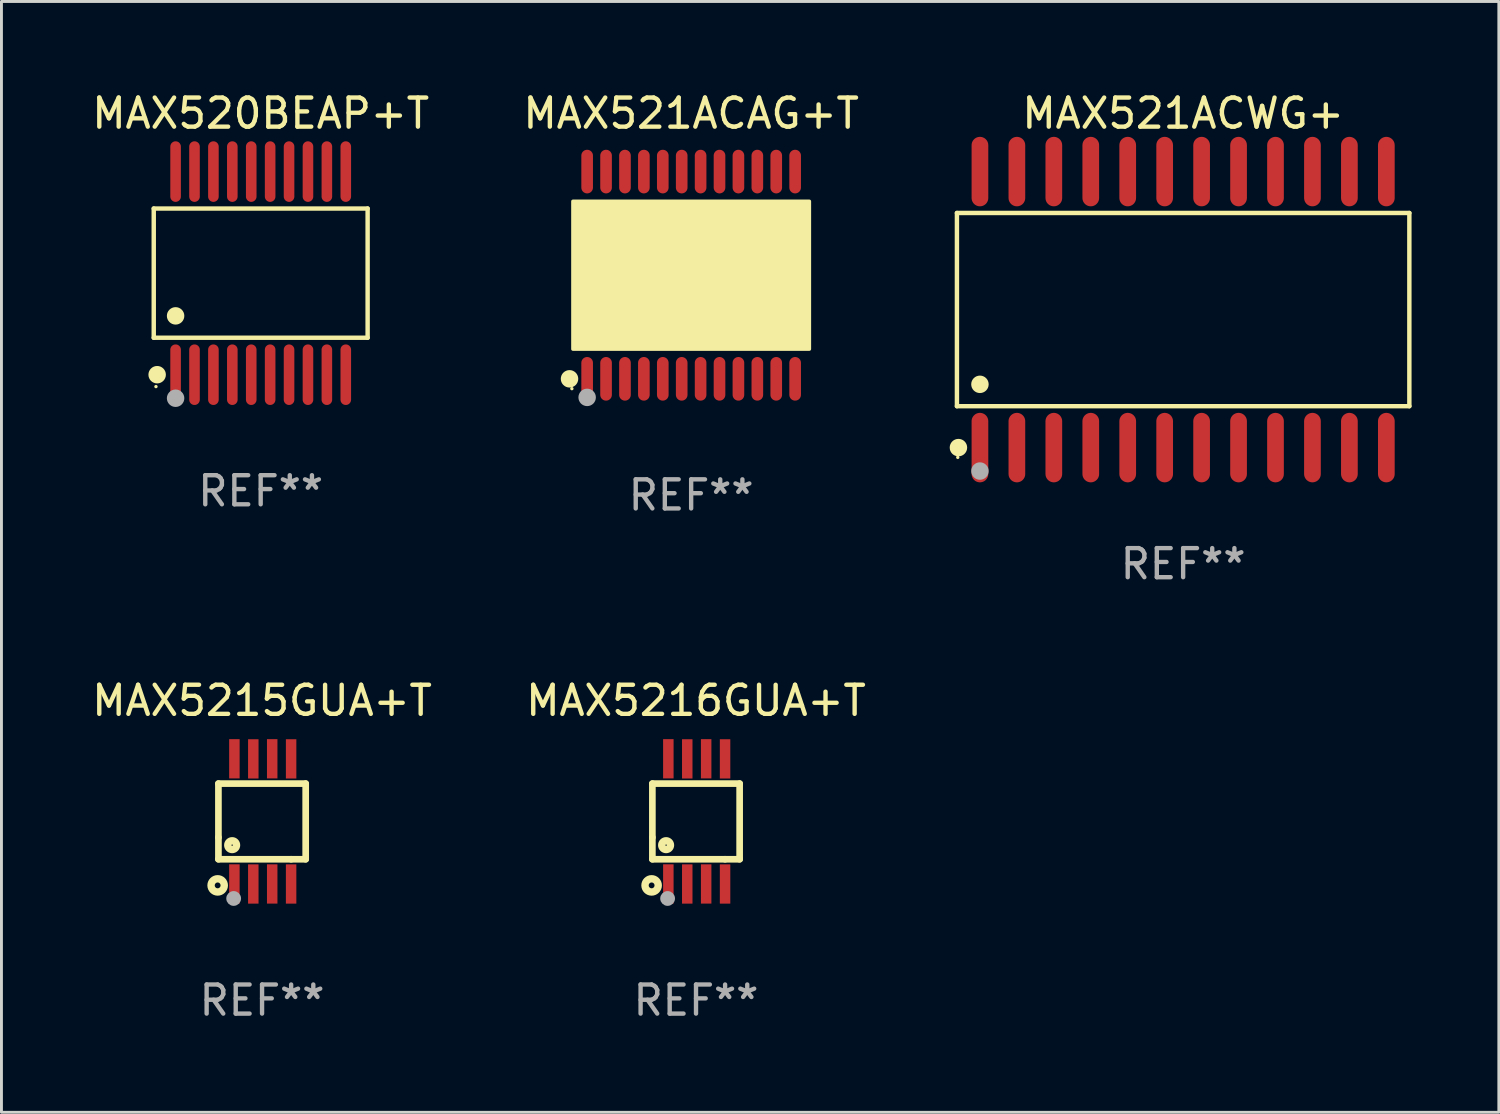
<source format=kicad_pcb>
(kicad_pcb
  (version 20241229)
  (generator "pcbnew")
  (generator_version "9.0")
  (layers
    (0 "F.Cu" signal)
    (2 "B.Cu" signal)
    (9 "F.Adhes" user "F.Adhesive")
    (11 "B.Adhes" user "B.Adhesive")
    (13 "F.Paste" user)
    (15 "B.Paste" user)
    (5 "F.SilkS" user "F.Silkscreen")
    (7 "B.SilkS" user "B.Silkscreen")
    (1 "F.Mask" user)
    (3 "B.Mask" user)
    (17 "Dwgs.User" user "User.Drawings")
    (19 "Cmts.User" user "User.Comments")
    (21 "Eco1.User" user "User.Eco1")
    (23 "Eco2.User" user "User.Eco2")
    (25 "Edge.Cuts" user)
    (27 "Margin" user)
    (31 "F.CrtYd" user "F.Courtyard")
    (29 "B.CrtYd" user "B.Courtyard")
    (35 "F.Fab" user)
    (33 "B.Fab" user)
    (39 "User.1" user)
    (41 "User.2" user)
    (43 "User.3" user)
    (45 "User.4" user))
  (footprint "MAX5215GUA+T"
    (layer "F.Cu")
    (at 5.958 25.185)
    (property "Reference" "MAX5215GUA+T" (at 0 -4.152 0) (layer "F.SilkS") (effects (font (size 1 1) (thickness 0.15))))
    (attr through_hole)
    (fp_line (start -1.5 1.301) (end 1 1.301) (stroke (width 0.229) (type solid)) (layer "F.SilkS"))
    (fp_line (start -1.5 -1.299) (end -1.5 0.551) (stroke (width 0.229) (type solid)) (layer "F.SilkS"))
    (fp_line (start -1.5 0.551) (end -1.5 1.301) (stroke (width 0.229) (type solid)) (layer "F.SilkS"))
    (fp_line (start 1 1.301) (end 1.5 1.301) (stroke (width 0.229) (type solid)) (layer "F.SilkS"))
    (fp_line (start 1.5 1.301) (end 1.5 -1.299) (stroke (width 0.229) (type solid)) (layer "F.SilkS"))
    (fp_line (start 1.5 -1.299) (end -1.5 -1.299) (stroke (width 0.229) (type solid)) (layer "F.SilkS"))
    (fp_circle (center -1.526 2.2) (end -1.426 2.2) (stroke (width 0.254) (type solid)) (fill no) (layer "F.SilkS"))
    (fp_circle (center -1.476 2.45) (end -1.446 2.45) (stroke (width 0.06) (type solid)) (fill no) (layer "F.SilkS"))
    (fp_circle (center -1.028 0.817) (end -0.878 0.817) (stroke (width 0.254) (type solid)) (fill no) (layer "F.SilkS"))
    (fp_circle (center -0.976 2.65) (end -0.849 2.65) (stroke (width 0.254) (type solid)) (fill no) (layer "F.Fab"))
    (fp_text user "REF**" (at 0 6.152 0) (layer "F.Fab") (effects (font (size 1 1) (thickness 0.15))))
    (pad "1" smd rect (at -0.951 2.15) (size 0.36 1.35) (layers "F.Cu" "F.Mask" "F.Paste"))
    (pad "2" smd rect (at -0.301 2.152) (size 0.36 1.35) (layers "F.Cu" "F.Mask" "F.Paste"))
    (pad "3" smd rect (at 0.349 2.151) (size 0.36 1.35) (layers "F.Cu" "F.Mask" "F.Paste"))
    (pad "4" smd rect (at 0.999 2.152) (size 0.36 1.35) (layers "F.Cu" "F.Mask" "F.Paste"))
    (pad "5" smd rect (at 0.999 -2.149) (size 0.36 1.35) (layers "F.Cu" "F.Mask" "F.Paste"))
    (pad "6" smd rect (at 0.349 -2.152) (size 0.36 1.35) (layers "F.Cu" "F.Mask" "F.Paste"))
    (pad "7" smd rect (at -0.301 -2.149) (size 0.36 1.35) (layers "F.Cu" "F.Mask" "F.Paste"))
    (pad "8" smd rect (at -0.951 -2.152) (size 0.36 1.35) (layers "F.Cu" "F.Mask" "F.Paste")))
  (footprint "MAX521ACWG+"
    (layer "F.Cu")
    (at 37.62 7.592)
    (property "Reference" "MAX521ACWG+" (at 0 -6.744 0) (layer "F.SilkS") (effects (font (size 1 1) (thickness 0.15))))
    (attr through_hole)
    (fp_line (start -7.776 -3.321) (end 7.776 -3.321) (stroke (width 0.152) (type solid)) (layer "F.SilkS"))
    (fp_line (start -7.776 3.321) (end -7.776 -3.321) (stroke (width 0.152) (type solid)) (layer "F.SilkS"))
    (fp_line (start 7.776 -3.321) (end 7.776 3.321) (stroke (width 0.152) (type solid)) (layer "F.SilkS"))
    (fp_line (start 7.776 3.321) (end -7.776 3.321) (stroke (width 0.152) (type solid)) (layer "F.SilkS"))
    (fp_circle (center -7.747 5.08) (end -7.717 5.08) (stroke (width 0.06) (type solid)) (fill no) (layer "F.SilkS"))
    (fp_circle (center -7.724 4.744) (end -7.574 4.744) (stroke (width 0.3) (type solid)) (fill no) (layer "F.SilkS"))
    (fp_circle (center -6.985 2.569) (end -6.835 2.569) (stroke (width 0.3) (type solid)) (fill no) (layer "F.SilkS"))
    (fp_circle (center -6.985 5.55) (end -6.835 5.55) (stroke (width 0.3) (type solid)) (fill no) (layer "F.Fab"))
    (fp_text user "REF**" (at 0 8.744 0) (layer "F.Fab") (effects (font (size 1 1) (thickness 0.15))))
    (pad "1" smd oval (at -6.985 4.744) (size 0.574 2.388) (layers "F.Cu" "F.Mask" "F.Paste"))
    (pad "2" smd oval (at -5.715 4.744) (size 0.574 2.388) (layers "F.Cu" "F.Mask" "F.Paste"))
    (pad "3" smd oval (at -4.445 4.744) (size 0.574 2.388) (layers "F.Cu" "F.Mask" "F.Paste"))
    (pad "4" smd oval (at -3.175 4.744) (size 0.574 2.388) (layers "F.Cu" "F.Mask" "F.Paste"))
    (pad "5" smd oval (at -1.905 4.744) (size 0.574 2.388) (layers "F.Cu" "F.Mask" "F.Paste"))
    (pad "6" smd oval (at -0.635 4.744) (size 0.574 2.388) (layers "F.Cu" "F.Mask" "F.Paste"))
    (pad "7" smd oval (at 0.635 4.744) (size 0.574 2.388) (layers "F.Cu" "F.Mask" "F.Paste"))
    (pad "8" smd oval (at 1.905 4.744) (size 0.574 2.388) (layers "F.Cu" "F.Mask" "F.Paste"))
    (pad "9" smd oval (at 3.175 4.744) (size 0.574 2.388) (layers "F.Cu" "F.Mask" "F.Paste"))
    (pad "10" smd oval (at 4.445 4.744) (size 0.574 2.388) (layers "F.Cu" "F.Mask" "F.Paste"))
    (pad "11" smd oval (at 5.715 4.744) (size 0.574 2.388) (layers "F.Cu" "F.Mask" "F.Paste"))
    (pad "12" smd oval (at 6.985 4.744) (size 0.574 2.388) (layers "F.Cu" "F.Mask" "F.Paste"))
    (pad "13" smd oval (at 6.985 -4.744) (size 0.574 2.388) (layers "F.Cu" "F.Mask" "F.Paste"))
    (pad "14" smd oval (at 5.715 -4.744) (size 0.574 2.388) (layers "F.Cu" "F.Mask" "F.Paste"))
    (pad "15" smd oval (at 4.445 -4.744) (size 0.574 2.388) (layers "F.Cu" "F.Mask" "F.Paste"))
    (pad "16" smd oval (at 3.175 -4.744) (size 0.574 2.388) (layers "F.Cu" "F.Mask" "F.Paste"))
    (pad "17" smd oval (at 1.905 -4.744) (size 0.574 2.388) (layers "F.Cu" "F.Mask" "F.Paste"))
    (pad "18" smd oval (at 0.635 -4.744) (size 0.574 2.388) (layers "F.Cu" "F.Mask" "F.Paste"))
    (pad "19" smd oval (at -0.635 -4.744) (size 0.574 2.388) (layers "F.Cu" "F.Mask" "F.Paste"))
    (pad "20" smd oval (at -1.905 -4.744) (size 0.574 2.388) (layers "F.Cu" "F.Mask" "F.Paste"))
    (pad "21" smd oval (at -3.175 -4.744) (size 0.574 2.388) (layers "F.Cu" "F.Mask" "F.Paste"))
    (pad "22" smd oval (at -4.445 -4.744) (size 0.574 2.388) (layers "F.Cu" "F.Mask" "F.Paste"))
    (pad "23" smd oval (at -5.715 -4.744) (size 0.574 2.388) (layers "F.Cu" "F.Mask" "F.Paste"))
    (pad "24" smd oval (at -6.985 -4.744) (size 0.574 2.388) (layers "F.Cu" "F.Mask" "F.Paste")))
  (footprint "MAX5216GUA+T"
    (layer "F.Cu")
    (at 20.875 25.185)
    (property "Reference" "MAX5216GUA+T" (at 0 -4.152 0) (layer "F.SilkS") (effects (font (size 1 1) (thickness 0.15))))
    (attr through_hole)
    (fp_line (start -1.5 1.301) (end 1 1.301) (stroke (width 0.229) (type solid)) (layer "F.SilkS"))
    (fp_line (start -1.5 -1.299) (end -1.5 0.551) (stroke (width 0.229) (type solid)) (layer "F.SilkS"))
    (fp_line (start -1.5 0.551) (end -1.5 1.301) (stroke (width 0.229) (type solid)) (layer "F.SilkS"))
    (fp_line (start 1 1.301) (end 1.5 1.301) (stroke (width 0.229) (type solid)) (layer "F.SilkS"))
    (fp_line (start 1.5 1.301) (end 1.5 -1.299) (stroke (width 0.229) (type solid)) (layer "F.SilkS"))
    (fp_line (start 1.5 -1.299) (end -1.5 -1.299) (stroke (width 0.229) (type solid)) (layer "F.SilkS"))
    (fp_circle (center -1.526 2.2) (end -1.426 2.2) (stroke (width 0.254) (type solid)) (fill no) (layer "F.SilkS"))
    (fp_circle (center -1.476 2.45) (end -1.446 2.45) (stroke (width 0.06) (type solid)) (fill no) (layer "F.SilkS"))
    (fp_circle (center -1.028 0.817) (end -0.878 0.817) (stroke (width 0.254) (type solid)) (fill no) (layer "F.SilkS"))
    (fp_circle (center -0.976 2.65) (end -0.849 2.65) (stroke (width 0.254) (type solid)) (fill no) (layer "F.Fab"))
    (fp_text user "REF**" (at 0 6.152 0) (layer "F.Fab") (effects (font (size 1 1) (thickness 0.15))))
    (pad "1" smd rect (at -0.951 2.15) (size 0.36 1.35) (layers "F.Cu" "F.Mask" "F.Paste"))
    (pad "2" smd rect (at -0.301 2.152) (size 0.36 1.35) (layers "F.Cu" "F.Mask" "F.Paste"))
    (pad "3" smd rect (at 0.349 2.151) (size 0.36 1.35) (layers "F.Cu" "F.Mask" "F.Paste"))
    (pad "4" smd rect (at 0.999 2.152) (size 0.36 1.35) (layers "F.Cu" "F.Mask" "F.Paste"))
    (pad "5" smd rect (at 0.999 -2.149) (size 0.36 1.35) (layers "F.Cu" "F.Mask" "F.Paste"))
    (pad "6" smd rect (at 0.349 -2.152) (size 0.36 1.35) (layers "F.Cu" "F.Mask" "F.Paste"))
    (pad "7" smd rect (at -0.301 -2.149) (size 0.36 1.35) (layers "F.Cu" "F.Mask" "F.Paste"))
    (pad "8" smd rect (at -0.951 -2.152) (size 0.36 1.35) (layers "F.Cu" "F.Mask" "F.Paste")))
  (footprint "MAX520BEAP+T"
    (layer "F.Cu")
    (at 5.911 6.339)
    (property "Reference" "MAX520BEAP+T" (at 0 -5.491 0) (layer "F.SilkS") (effects (font (size 1 1) (thickness 0.15))))
    (attr through_hole)
    (fp_line (start -3.676 -2.221) (end 3.676 -2.221) (stroke (width 0.152) (type solid)) (layer "F.SilkS"))
    (fp_line (start -3.676 2.221) (end -3.676 -2.221) (stroke (width 0.152) (type solid)) (layer "F.SilkS"))
    (fp_line (start 3.676 -2.221) (end 3.676 2.221) (stroke (width 0.152) (type solid)) (layer "F.SilkS"))
    (fp_line (start 3.676 2.221) (end -3.676 2.221) (stroke (width 0.152) (type solid)) (layer "F.SilkS"))
    (fp_circle (center -3.6 3.9) (end -3.57 3.9) (stroke (width 0.06) (type solid)) (fill no) (layer "F.SilkS"))
    (fp_circle (center -3.559 3.491) (end -3.409 3.491) (stroke (width 0.3) (type solid)) (fill no) (layer "F.SilkS"))
    (fp_circle (center -2.925 1.469) (end -2.775 1.469) (stroke (width 0.3) (type solid)) (fill no) (layer "F.SilkS"))
    (fp_circle (center -2.925 4.3) (end -2.775 4.3) (stroke (width 0.3) (type solid)) (fill no) (layer "F.Fab"))
    (fp_text user "REF**" (at 0 7.491 0) (layer "F.Fab") (effects (font (size 1 1) (thickness 0.15))))
    (pad "1" smd oval (at -2.925 3.491) (size 0.364 2.082) (layers "F.Cu" "F.Mask" "F.Paste"))
    (pad "2" smd oval (at -2.275 3.491) (size 0.364 2.082) (layers "F.Cu" "F.Mask" "F.Paste"))
    (pad "3" smd oval (at -1.625 3.491) (size 0.364 2.082) (layers "F.Cu" "F.Mask" "F.Paste"))
    (pad "4" smd oval (at -0.975 3.491) (size 0.364 2.082) (layers "F.Cu" "F.Mask" "F.Paste"))
    (pad "5" smd oval (at -0.325 3.491) (size 0.364 2.082) (layers "F.Cu" "F.Mask" "F.Paste"))
    (pad "6" smd oval (at 0.325 3.491) (size 0.364 2.082) (layers "F.Cu" "F.Mask" "F.Paste"))
    (pad "7" smd oval (at 0.975 3.491) (size 0.364 2.082) (layers "F.Cu" "F.Mask" "F.Paste"))
    (pad "8" smd oval (at 1.625 3.491) (size 0.364 2.082) (layers "F.Cu" "F.Mask" "F.Paste"))
    (pad "9" smd oval (at 2.275 3.491) (size 0.364 2.082) (layers "F.Cu" "F.Mask" "F.Paste"))
    (pad "10" smd oval (at 2.925 3.491) (size 0.364 2.082) (layers "F.Cu" "F.Mask" "F.Paste"))
    (pad "11" smd oval (at 2.925 -3.491) (size 0.364 2.082) (layers "F.Cu" "F.Mask" "F.Paste"))
    (pad "12" smd oval (at 2.275 -3.491) (size 0.364 2.082) (layers "F.Cu" "F.Mask" "F.Paste"))
    (pad "13" smd oval (at 1.625 -3.491) (size 0.364 2.082) (layers "F.Cu" "F.Mask" "F.Paste"))
    (pad "14" smd oval (at 0.975 -3.491) (size 0.364 2.082) (layers "F.Cu" "F.Mask" "F.Paste"))
    (pad "15" smd oval (at 0.325 -3.491) (size 0.364 2.082) (layers "F.Cu" "F.Mask" "F.Paste"))
    (pad "16" smd oval (at -0.325 -3.491) (size 0.364 2.082) (layers "F.Cu" "F.Mask" "F.Paste"))
    (pad "17" smd oval (at -0.975 -3.491) (size 0.364 2.082) (layers "F.Cu" "F.Mask" "F.Paste"))
    (pad "18" smd oval (at -1.625 -3.491) (size 0.364 2.082) (layers "F.Cu" "F.Mask" "F.Paste"))
    (pad "19" smd oval (at -2.275 -3.491) (size 0.364 2.082) (layers "F.Cu" "F.Mask" "F.Paste"))
    (pad "20" smd oval (at -2.925 -3.491) (size 0.364 2.082) (layers "F.Cu" "F.Mask" "F.Paste")))
  (footprint "MAX521ACAG+T"
    (layer "F.Cu")
    (at 20.708 6.41)
    (property "Reference" "MAX521ACAG+T" (at 0 -5.562 0) (layer "F.SilkS") (effects (font (size 1 1) (thickness 0.15))))
    (attr through_hole)
    (fp_circle (center -4.181 3.562) (end -4.031 3.562) (stroke (width 0.3) (type solid)) (fill no) (layer "F.SilkS"))
    (fp_circle (center -4.1 3.9) (end -4.07 3.9) (stroke (width 0.06) (type solid)) (fill no) (layer "F.SilkS"))
    (fp_circle (center -3.575 1.819) (end -3.425 1.819) (stroke (width 0.3) (type solid)) (fill no) (layer "F.SilkS"))
    (fp_poly (pts (xy -4.064 -2.54) (xy 4.064 -2.54) (xy 4.064 2.54) (xy -4.064 2.54)) (stroke (width 0.12) (type solid)) (fill yes) (layer "F.SilkS"))
    (fp_circle (center -3.575 4.2) (end -3.425 4.2) (stroke (width 0.3) (type solid)) (fill no) (layer "F.Fab"))
    (fp_text user "REF**" (at 0 7.562 0) (layer "F.Fab") (effects (font (size 1 1) (thickness 0.15))))
    (pad "1" smd oval (at -3.575 3.562) (size 0.4 1.5) (layers "F.Cu" "F.Mask" "F.Paste"))
    (pad "2" smd oval (at -2.925 3.562) (size 0.4 1.5) (layers "F.Cu" "F.Mask" "F.Paste"))
    (pad "3" smd oval (at -2.275 3.562) (size 0.4 1.5) (layers "F.Cu" "F.Mask" "F.Paste"))
    (pad "4" smd oval (at -1.625 3.562) (size 0.4 1.5) (layers "F.Cu" "F.Mask" "F.Paste"))
    (pad "5" smd oval (at -0.975 3.562) (size 0.4 1.5) (layers "F.Cu" "F.Mask" "F.Paste"))
    (pad "6" smd oval (at -0.325 3.562) (size 0.4 1.5) (layers "F.Cu" "F.Mask" "F.Paste"))
    (pad "7" smd oval (at 0.325 3.562) (size 0.4 1.5) (layers "F.Cu" "F.Mask" "F.Paste"))
    (pad "8" smd oval (at 0.975 3.562) (size 0.4 1.5) (layers "F.Cu" "F.Mask" "F.Paste"))
    (pad "9" smd oval (at 1.625 3.562) (size 0.4 1.5) (layers "F.Cu" "F.Mask" "F.Paste"))
    (pad "10" smd oval (at 2.275 3.562) (size 0.4 1.5) (layers "F.Cu" "F.Mask" "F.Paste"))
    (pad "11" smd oval (at 2.925 3.562) (size 0.4 1.5) (layers "F.Cu" "F.Mask" "F.Paste"))
    (pad "12" smd oval (at 3.575 3.562) (size 0.4 1.5) (layers "F.Cu" "F.Mask" "F.Paste"))
    (pad "13" smd oval (at 3.575 -3.562) (size 0.4 1.5) (layers "F.Cu" "F.Mask" "F.Paste"))
    (pad "14" smd oval (at 2.925 -3.562) (size 0.4 1.5) (layers "F.Cu" "F.Mask" "F.Paste"))
    (pad "15" smd oval (at 2.275 -3.562) (size 0.4 1.5) (layers "F.Cu" "F.Mask" "F.Paste"))
    (pad "16" smd oval (at 1.625 -3.562) (size 0.4 1.5) (layers "F.Cu" "F.Mask" "F.Paste"))
    (pad "17" smd oval (at 0.975 -3.562) (size 0.4 1.5) (layers "F.Cu" "F.Mask" "F.Paste"))
    (pad "18" smd oval (at 0.325 -3.562) (size 0.4 1.5) (layers "F.Cu" "F.Mask" "F.Paste"))
    (pad "19" smd oval (at -0.325 -3.562) (size 0.4 1.5) (layers "F.Cu" "F.Mask" "F.Paste"))
    (pad "20" smd oval (at -0.975 -3.562) (size 0.4 1.5) (layers "F.Cu" "F.Mask" "F.Paste"))
    (pad "21" smd oval (at -1.625 -3.562) (size 0.4 1.5) (layers "F.Cu" "F.Mask" "F.Paste"))
    (pad "22" smd oval (at -2.275 -3.562) (size 0.4 1.5) (layers "F.Cu" "F.Mask" "F.Paste"))
    (pad "23" smd oval (at -2.925 -3.562) (size 0.4 1.5) (layers "F.Cu" "F.Mask" "F.Paste"))
    (pad "24" smd oval (at -3.575 -3.562) (size 0.4 1.5) (layers "F.Cu" "F.Mask" "F.Paste")))
  (gr_rect
    (start -3 -3)
    (end 48.472 35.185)
    (stroke (width 0.1) (type default))
    (fill no)
    (layer "Edge.Cuts")))
</source>
